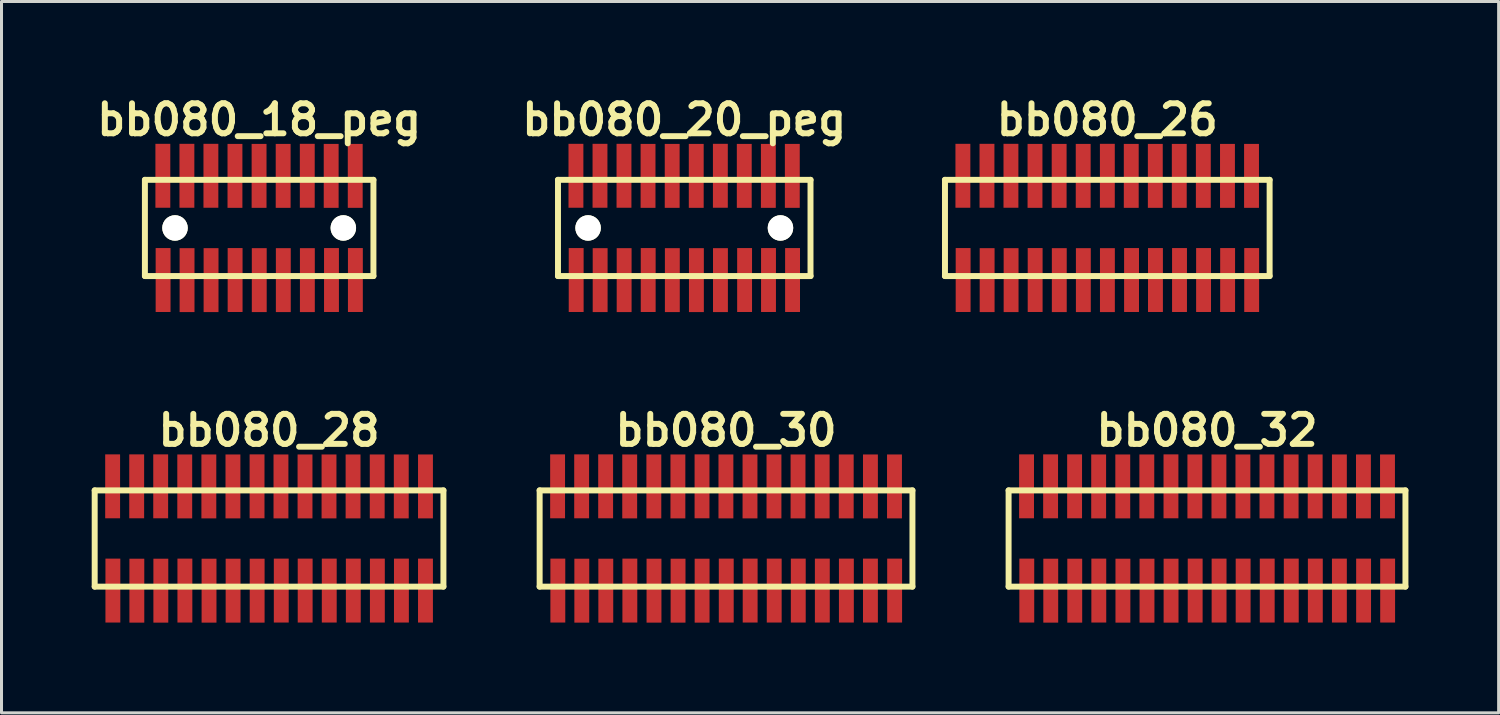
<source format=kicad_pcb>
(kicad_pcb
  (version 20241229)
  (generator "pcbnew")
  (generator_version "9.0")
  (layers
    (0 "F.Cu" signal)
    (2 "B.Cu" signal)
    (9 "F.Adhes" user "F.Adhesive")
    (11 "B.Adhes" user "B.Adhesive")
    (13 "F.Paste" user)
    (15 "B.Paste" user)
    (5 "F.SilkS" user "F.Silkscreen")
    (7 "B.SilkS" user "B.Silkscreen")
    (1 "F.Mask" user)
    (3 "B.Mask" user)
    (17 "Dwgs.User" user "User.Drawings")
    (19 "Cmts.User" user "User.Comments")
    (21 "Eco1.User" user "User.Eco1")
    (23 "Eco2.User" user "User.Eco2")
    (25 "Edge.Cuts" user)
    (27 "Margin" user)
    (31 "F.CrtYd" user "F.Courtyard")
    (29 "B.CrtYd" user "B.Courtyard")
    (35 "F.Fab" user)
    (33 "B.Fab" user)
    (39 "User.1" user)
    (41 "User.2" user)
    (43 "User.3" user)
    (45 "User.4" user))
  (footprint "bb080_30"
    (layer "F.Cu")
    (at 21.095 14.859)
    (property "Reference" "bb080_30" (at 0 -3.599 0) (layer "F.SilkS") (effects (font (size 0.998 0.998) (thickness 0.198))))
    (attr through_hole)
    (fp_line (start -6.2 1.6) (end 6.2 1.6) (stroke (width 0.198) (type solid)) (layer "F.SilkS"))
    (fp_line (start -6.198 -1.6) (end -6.198 1.6) (stroke (width 0.198) (type solid)) (layer "F.SilkS"))
    (fp_line (start 6.2 -1.6) (end -6.2 -1.6) (stroke (width 0.198) (type solid)) (layer "F.SilkS"))
    (fp_line (start 6.2 1.6) (end 6.2 -1.6) (stroke (width 0.198) (type solid)) (layer "F.SilkS"))
    (pad "1" smd rect (at -5.593 1.732) (size 0.495 2.126) (layers "F.Cu" "F.Mask" "F.Paste"))
    (pad "2" smd rect (at -5.601 -1.735) (size 0.495 2.126) (layers "F.Cu" "F.Mask" "F.Paste"))
    (pad "3" smd rect (at -4.796 1.735) (size 0.495 2.126) (layers "F.Cu" "F.Mask" "F.Paste"))
    (pad "4" smd rect (at -4.801 -1.735) (size 0.495 2.126) (layers "F.Cu" "F.Mask" "F.Paste"))
    (pad "5" smd rect (at -3.998 1.735) (size 0.495 2.126) (layers "F.Cu" "F.Mask" "F.Paste"))
    (pad "6" smd rect (at -4.003 -1.735) (size 0.495 2.126) (layers "F.Cu" "F.Mask" "F.Paste"))
    (pad "7" smd rect (at -3.198 1.732) (size 0.495 2.126) (layers "F.Cu" "F.Mask" "F.Paste"))
    (pad "8" smd rect (at -3.203 -1.732) (size 0.495 2.126) (layers "F.Cu" "F.Mask" "F.Paste"))
    (pad "9" smd rect (at -2.395 1.735) (size 0.495 2.126) (layers "F.Cu" "F.Mask" "F.Paste"))
    (pad "10" smd rect (at -2.4 -1.732) (size 0.495 2.126) (layers "F.Cu" "F.Mask" "F.Paste"))
    (pad "11" smd rect (at -1.595 1.735) (size 0.495 2.126) (layers "F.Cu" "F.Mask" "F.Paste"))
    (pad "12" smd rect (at -1.6 -1.732) (size 0.495 2.126) (layers "F.Cu" "F.Mask" "F.Paste"))
    (pad "13" smd rect (at -0.795 1.735) (size 0.495 2.126) (layers "F.Cu" "F.Mask" "F.Paste"))
    (pad "14" smd rect (at -0.798 -1.735) (size 0.495 2.126) (layers "F.Cu" "F.Mask" "F.Paste"))
    (pad "15" smd rect (at 0.008 1.732) (size 0.495 2.126) (layers "F.Cu" "F.Mask" "F.Paste"))
    (pad "16" smd rect (at -0.003 -1.732) (size 0.495 2.126) (layers "F.Cu" "F.Mask" "F.Paste"))
    (pad "17" smd rect (at 0.803 1.732) (size 0.495 2.126) (layers "F.Cu" "F.Mask" "F.Paste"))
    (pad "18" smd rect (at 0.798 -1.732) (size 0.495 2.126) (layers "F.Cu" "F.Mask" "F.Paste"))
    (pad "19" smd rect (at 1.603 1.732) (size 0.495 2.126) (layers "F.Cu" "F.Mask" "F.Paste"))
    (pad "20" smd rect (at 1.595 -1.732) (size 0.495 2.126) (layers "F.Cu" "F.Mask" "F.Paste"))
    (pad "21" smd rect (at 2.403 1.732) (size 0.495 2.126) (layers "F.Cu" "F.Mask" "F.Paste"))
    (pad "22" smd rect (at 2.395 -1.732) (size 0.495 2.126) (layers "F.Cu" "F.Mask" "F.Paste"))
    (pad "23" smd rect (at 3.203 1.732) (size 0.495 2.126) (layers "F.Cu" "F.Mask" "F.Paste"))
    (pad "24" smd rect (at 3.198 -1.732) (size 0.495 2.126) (layers "F.Cu" "F.Mask" "F.Paste"))
    (pad "25" smd rect (at 4.003 1.732) (size 0.495 2.126) (layers "F.Cu" "F.Mask" "F.Paste"))
    (pad "26" smd rect (at 3.998 -1.732) (size 0.495 2.126) (layers "F.Cu" "F.Mask" "F.Paste"))
    (pad "27" smd rect (at 4.803 1.732) (size 0.495 2.126) (layers "F.Cu" "F.Mask" "F.Paste"))
    (pad "28" smd rect (at 4.803 -1.732) (size 0.495 2.126) (layers "F.Cu" "F.Mask" "F.Paste"))
    (pad "29" smd rect (at 5.608 1.732) (size 0.495 2.126) (layers "F.Cu" "F.Mask" "F.Paste"))
    (pad "30" smd rect (at 5.603 -1.732) (size 0.495 2.126) (layers "F.Cu" "F.Mask" "F.Paste")))
  (footprint "bb080_18_peg"
    (layer "F.Cu")
    (at 5.569 4.531)
    (property "Reference" "bb080_18_peg" (at 0 -3.599 0) (layer "F.SilkS") (effects (font (size 0.998 0.998) (thickness 0.198))))
    (attr through_hole)
    (fp_line (start -3.8 -1.6) (end -3.8 1.6) (stroke (width 0.198) (type solid)) (layer "F.SilkS"))
    (fp_line (start -3.8 1.6) (end 3.8 1.6) (stroke (width 0.198) (type solid)) (layer "F.SilkS"))
    (fp_line (start 3.8 -1.6) (end -3.8 -1.6) (stroke (width 0.198) (type solid)) (layer "F.SilkS"))
    (fp_line (start 3.8 1.6) (end 3.8 -1.6) (stroke (width 0.198) (type solid)) (layer "F.SilkS"))
    (pad "" np_thru_hole circle (at -2.799 0) (size 0.848 0.848) (drill 0.848) (layers "*.Cu" "*.Mask" "F.SilkS"))
    (pad "" np_thru_hole circle (at 2.799 0) (size 0.848 0.848) (drill 0.848) (layers "*.Cu" "*.Mask" "F.SilkS"))
    (pad "1" smd rect (at -3.195 1.732) (size 0.495 2.126) (layers "F.Cu" "F.Mask" "F.Paste"))
    (pad "2" smd rect (at -3.203 -1.735) (size 0.495 2.126) (layers "F.Cu" "F.Mask" "F.Paste"))
    (pad "3" smd rect (at -2.398 1.735) (size 0.495 2.126) (layers "F.Cu" "F.Mask" "F.Paste"))
    (pad "4" smd rect (at -2.403 -1.735) (size 0.495 2.126) (layers "F.Cu" "F.Mask" "F.Paste"))
    (pad "5" smd rect (at -1.6 1.735) (size 0.495 2.126) (layers "F.Cu" "F.Mask" "F.Paste"))
    (pad "6" smd rect (at -1.605 -1.735) (size 0.495 2.126) (layers "F.Cu" "F.Mask" "F.Paste"))
    (pad "7" smd rect (at -0.8 1.732) (size 0.495 2.126) (layers "F.Cu" "F.Mask" "F.Paste"))
    (pad "8" smd rect (at -0.805 -1.732) (size 0.495 2.126) (layers "F.Cu" "F.Mask" "F.Paste"))
    (pad "9" smd rect (at 0.003 1.735) (size 0.495 2.126) (layers "F.Cu" "F.Mask" "F.Paste"))
    (pad "10" smd rect (at -0.003 -1.732) (size 0.495 2.126) (layers "F.Cu" "F.Mask" "F.Paste"))
    (pad "11" smd rect (at 0.803 1.735) (size 0.495 2.126) (layers "F.Cu" "F.Mask" "F.Paste"))
    (pad "12" smd rect (at 0.798 -1.732) (size 0.495 2.126) (layers "F.Cu" "F.Mask" "F.Paste"))
    (pad "13" smd rect (at 1.603 1.735) (size 0.495 2.126) (layers "F.Cu" "F.Mask" "F.Paste"))
    (pad "14" smd rect (at 1.6 -1.735) (size 0.495 2.126) (layers "F.Cu" "F.Mask" "F.Paste"))
    (pad "15" smd rect (at 2.405 1.732) (size 0.495 2.126) (layers "F.Cu" "F.Mask" "F.Paste"))
    (pad "16" smd rect (at 2.395 -1.732) (size 0.495 2.126) (layers "F.Cu" "F.Mask" "F.Paste"))
    (pad "17" smd rect (at 3.2 1.732) (size 0.495 2.126) (layers "F.Cu" "F.Mask" "F.Paste"))
    (pad "18" smd rect (at 3.195 -1.732) (size 0.495 2.126) (layers "F.Cu" "F.Mask" "F.Paste")))
  (footprint "bb080_28"
    (layer "F.Cu")
    (at 5.898 14.859)
    (property "Reference" "bb080_28" (at 0 -3.599 0) (layer "F.SilkS") (effects (font (size 0.998 0.998) (thickness 0.198))))
    (attr through_hole)
    (fp_line (start -5.799 -1.6) (end -5.799 1.6) (stroke (width 0.198) (type solid)) (layer "F.SilkS"))
    (fp_line (start -5.799 1.6) (end 5.799 1.6) (stroke (width 0.198) (type solid)) (layer "F.SilkS"))
    (fp_line (start 5.799 -1.6) (end -5.799 -1.6) (stroke (width 0.198) (type solid)) (layer "F.SilkS"))
    (fp_line (start 5.799 1.6) (end 5.799 -1.6) (stroke (width 0.198) (type solid)) (layer "F.SilkS"))
    (pad "1" smd rect (at -5.194 1.732) (size 0.495 2.126) (layers "F.Cu" "F.Mask" "F.Paste"))
    (pad "2" smd rect (at -5.202 -1.735) (size 0.495 2.126) (layers "F.Cu" "F.Mask" "F.Paste"))
    (pad "3" smd rect (at -4.397 1.735) (size 0.495 2.126) (layers "F.Cu" "F.Mask" "F.Paste"))
    (pad "4" smd rect (at -4.402 -1.735) (size 0.495 2.126) (layers "F.Cu" "F.Mask" "F.Paste"))
    (pad "5" smd rect (at -3.599 1.735) (size 0.495 2.126) (layers "F.Cu" "F.Mask" "F.Paste"))
    (pad "6" smd rect (at -3.604 -1.735) (size 0.495 2.126) (layers "F.Cu" "F.Mask" "F.Paste"))
    (pad "7" smd rect (at -2.799 1.732) (size 0.495 2.126) (layers "F.Cu" "F.Mask" "F.Paste"))
    (pad "8" smd rect (at -2.804 -1.732) (size 0.495 2.126) (layers "F.Cu" "F.Mask" "F.Paste"))
    (pad "9" smd rect (at -1.996 1.735) (size 0.495 2.126) (layers "F.Cu" "F.Mask" "F.Paste"))
    (pad "10" smd rect (at -2.002 -1.732) (size 0.495 2.126) (layers "F.Cu" "F.Mask" "F.Paste"))
    (pad "11" smd rect (at -1.196 1.735) (size 0.495 2.126) (layers "F.Cu" "F.Mask" "F.Paste"))
    (pad "12" smd rect (at -1.201 -1.732) (size 0.495 2.126) (layers "F.Cu" "F.Mask" "F.Paste"))
    (pad "13" smd rect (at -0.396 1.735) (size 0.495 2.126) (layers "F.Cu" "F.Mask" "F.Paste"))
    (pad "14" smd rect (at -0.399 -1.735) (size 0.495 2.126) (layers "F.Cu" "F.Mask" "F.Paste"))
    (pad "15" smd rect (at 0.406 1.732) (size 0.495 2.126) (layers "F.Cu" "F.Mask" "F.Paste"))
    (pad "16" smd rect (at 0.396 -1.732) (size 0.495 2.126) (layers "F.Cu" "F.Mask" "F.Paste"))
    (pad "17" smd rect (at 1.201 1.732) (size 0.495 2.126) (layers "F.Cu" "F.Mask" "F.Paste"))
    (pad "18" smd rect (at 1.196 -1.732) (size 0.495 2.126) (layers "F.Cu" "F.Mask" "F.Paste"))
    (pad "19" smd rect (at 2.002 1.732) (size 0.495 2.126) (layers "F.Cu" "F.Mask" "F.Paste"))
    (pad "20" smd rect (at 1.994 -1.732) (size 0.495 2.126) (layers "F.Cu" "F.Mask" "F.Paste"))
    (pad "21" smd rect (at 2.802 1.732) (size 0.495 2.126) (layers "F.Cu" "F.Mask" "F.Paste"))
    (pad "22" smd rect (at 2.794 -1.732) (size 0.495 2.126) (layers "F.Cu" "F.Mask" "F.Paste"))
    (pad "23" smd rect (at 3.602 1.732) (size 0.495 2.126) (layers "F.Cu" "F.Mask" "F.Paste"))
    (pad "24" smd rect (at 3.597 -1.732) (size 0.495 2.126) (layers "F.Cu" "F.Mask" "F.Paste"))
    (pad "25" smd rect (at 4.402 1.732) (size 0.495 2.126) (layers "F.Cu" "F.Mask" "F.Paste"))
    (pad "26" smd rect (at 4.397 -1.732) (size 0.495 2.126) (layers "F.Cu" "F.Mask" "F.Paste"))
    (pad "27" smd rect (at 5.202 1.732) (size 0.495 2.126) (layers "F.Cu" "F.Mask" "F.Paste"))
    (pad "28" smd rect (at 5.202 -1.732) (size 0.495 2.126) (layers "F.Cu" "F.Mask" "F.Paste")))
  (footprint "bb080_26"
    (layer "F.Cu")
    (at 33.774 4.531)
    (property "Reference" "bb080_26" (at 0 -3.599 0) (layer "F.SilkS") (effects (font (size 0.998 0.998) (thickness 0.198))))
    (attr through_hole)
    (fp_line (start -5.4 -1.6) (end 5.4 -1.6) (stroke (width 0.198) (type solid)) (layer "F.SilkS"))
    (fp_line (start -5.397 -1.6) (end -5.397 1.6) (stroke (width 0.198) (type solid)) (layer "F.SilkS"))
    (fp_line (start 5.4 1.6) (end -5.4 1.6) (stroke (width 0.198) (type solid)) (layer "F.SilkS"))
    (fp_line (start 5.4 1.6) (end 5.4 -1.6) (stroke (width 0.198) (type solid)) (layer "F.SilkS"))
    (pad "1" smd rect (at -4.793 1.732) (size 0.495 2.126) (layers "F.Cu" "F.Mask" "F.Paste"))
    (pad "2" smd rect (at -4.801 -1.735) (size 0.495 2.126) (layers "F.Cu" "F.Mask" "F.Paste"))
    (pad "3" smd rect (at -3.995 1.735) (size 0.495 2.126) (layers "F.Cu" "F.Mask" "F.Paste"))
    (pad "4" smd rect (at -4 -1.735) (size 0.495 2.126) (layers "F.Cu" "F.Mask" "F.Paste"))
    (pad "5" smd rect (at -3.198 1.735) (size 0.495 2.126) (layers "F.Cu" "F.Mask" "F.Paste"))
    (pad "6" smd rect (at -3.203 -1.735) (size 0.495 2.126) (layers "F.Cu" "F.Mask" "F.Paste"))
    (pad "7" smd rect (at -2.398 1.732) (size 0.495 2.126) (layers "F.Cu" "F.Mask" "F.Paste"))
    (pad "8" smd rect (at -2.403 -1.732) (size 0.495 2.126) (layers "F.Cu" "F.Mask" "F.Paste"))
    (pad "9" smd rect (at -1.595 1.735) (size 0.495 2.126) (layers "F.Cu" "F.Mask" "F.Paste"))
    (pad "10" smd rect (at -1.6 -1.732) (size 0.495 2.126) (layers "F.Cu" "F.Mask" "F.Paste"))
    (pad "11" smd rect (at -0.795 1.735) (size 0.495 2.126) (layers "F.Cu" "F.Mask" "F.Paste"))
    (pad "12" smd rect (at -0.8 -1.732) (size 0.495 2.126) (layers "F.Cu" "F.Mask" "F.Paste"))
    (pad "13" smd rect (at 0.005 1.735) (size 0.495 2.126) (layers "F.Cu" "F.Mask" "F.Paste"))
    (pad "14" smd rect (at 0.003 -1.735) (size 0.495 2.126) (layers "F.Cu" "F.Mask" "F.Paste"))
    (pad "15" smd rect (at 0.808 1.732) (size 0.495 2.126) (layers "F.Cu" "F.Mask" "F.Paste"))
    (pad "16" smd rect (at 0.798 -1.732) (size 0.495 2.126) (layers "F.Cu" "F.Mask" "F.Paste"))
    (pad "17" smd rect (at 1.603 1.732) (size 0.495 2.126) (layers "F.Cu" "F.Mask" "F.Paste"))
    (pad "18" smd rect (at 1.598 -1.732) (size 0.495 2.126) (layers "F.Cu" "F.Mask" "F.Paste"))
    (pad "19" smd rect (at 2.403 1.732) (size 0.495 2.126) (layers "F.Cu" "F.Mask" "F.Paste"))
    (pad "20" smd rect (at 2.395 -1.732) (size 0.495 2.126) (layers "F.Cu" "F.Mask" "F.Paste"))
    (pad "21" smd rect (at 3.203 1.732) (size 0.495 2.126) (layers "F.Cu" "F.Mask" "F.Paste"))
    (pad "22" smd rect (at 3.195 -1.732) (size 0.495 2.126) (layers "F.Cu" "F.Mask" "F.Paste"))
    (pad "23" smd rect (at 4.003 1.732) (size 0.495 2.126) (layers "F.Cu" "F.Mask" "F.Paste"))
    (pad "24" smd rect (at 3.998 -1.732) (size 0.495 2.126) (layers "F.Cu" "F.Mask" "F.Paste"))
    (pad "25" smd rect (at 4.803 1.732) (size 0.495 2.126) (layers "F.Cu" "F.Mask" "F.Paste"))
    (pad "26" smd rect (at 4.798 -1.732) (size 0.495 2.126) (layers "F.Cu" "F.Mask" "F.Paste")))
  (footprint "bb080_32"
    (layer "F.Cu")
    (at 37.092 14.859)
    (property "Reference" "bb080_32" (at 0 -3.599 0) (layer "F.SilkS") (effects (font (size 0.998 0.998) (thickness 0.198))))
    (attr through_hole)
    (fp_line (start -6.599 -1.6) (end -6.599 1.6) (stroke (width 0.198) (type solid)) (layer "F.SilkS"))
    (fp_line (start -6.599 1.6) (end 6.599 1.6) (stroke (width 0.198) (type solid)) (layer "F.SilkS"))
    (fp_line (start 6.599 -1.6) (end -6.599 -1.6) (stroke (width 0.198) (type solid)) (layer "F.SilkS"))
    (fp_line (start 6.599 1.6) (end 6.599 -1.6) (stroke (width 0.198) (type solid)) (layer "F.SilkS"))
    (pad "1" smd rect (at -5.994 1.732) (size 0.495 2.126) (layers "F.Cu" "F.Mask" "F.Paste"))
    (pad "2" smd rect (at -6.002 -1.735) (size 0.495 2.126) (layers "F.Cu" "F.Mask" "F.Paste"))
    (pad "3" smd rect (at -5.197 1.735) (size 0.495 2.126) (layers "F.Cu" "F.Mask" "F.Paste"))
    (pad "4" smd rect (at -5.202 -1.735) (size 0.495 2.126) (layers "F.Cu" "F.Mask" "F.Paste"))
    (pad "5" smd rect (at -4.399 1.735) (size 0.495 2.126) (layers "F.Cu" "F.Mask" "F.Paste"))
    (pad "6" smd rect (at -4.404 -1.735) (size 0.495 2.126) (layers "F.Cu" "F.Mask" "F.Paste"))
    (pad "7" smd rect (at -3.599 1.732) (size 0.495 2.126) (layers "F.Cu" "F.Mask" "F.Paste"))
    (pad "8" smd rect (at -3.604 -1.732) (size 0.495 2.126) (layers "F.Cu" "F.Mask" "F.Paste"))
    (pad "9" smd rect (at -2.797 1.735) (size 0.495 2.126) (layers "F.Cu" "F.Mask" "F.Paste"))
    (pad "10" smd rect (at -2.802 -1.732) (size 0.495 2.126) (layers "F.Cu" "F.Mask" "F.Paste"))
    (pad "11" smd rect (at -1.996 1.735) (size 0.495 2.126) (layers "F.Cu" "F.Mask" "F.Paste"))
    (pad "12" smd rect (at -2.002 -1.732) (size 0.495 2.126) (layers "F.Cu" "F.Mask" "F.Paste"))
    (pad "13" smd rect (at -1.196 1.735) (size 0.495 2.126) (layers "F.Cu" "F.Mask" "F.Paste"))
    (pad "14" smd rect (at -1.199 -1.735) (size 0.495 2.126) (layers "F.Cu" "F.Mask" "F.Paste"))
    (pad "15" smd rect (at -0.394 1.732) (size 0.495 2.126) (layers "F.Cu" "F.Mask" "F.Paste"))
    (pad "16" smd rect (at -0.404 -1.732) (size 0.495 2.126) (layers "F.Cu" "F.Mask" "F.Paste"))
    (pad "17" smd rect (at 0.401 1.732) (size 0.495 2.126) (layers "F.Cu" "F.Mask" "F.Paste"))
    (pad "18" smd rect (at 0.396 -1.732) (size 0.495 2.126) (layers "F.Cu" "F.Mask" "F.Paste"))
    (pad "19" smd rect (at 1.201 1.732) (size 0.495 2.126) (layers "F.Cu" "F.Mask" "F.Paste"))
    (pad "20" smd rect (at 1.194 -1.732) (size 0.495 2.126) (layers "F.Cu" "F.Mask" "F.Paste"))
    (pad "21" smd rect (at 2.002 1.732) (size 0.495 2.126) (layers "F.Cu" "F.Mask" "F.Paste"))
    (pad "22" smd rect (at 1.994 -1.732) (size 0.495 2.126) (layers "F.Cu" "F.Mask" "F.Paste"))
    (pad "23" smd rect (at 2.802 1.732) (size 0.495 2.126) (layers "F.Cu" "F.Mask" "F.Paste"))
    (pad "24" smd rect (at 2.797 -1.732) (size 0.495 2.126) (layers "F.Cu" "F.Mask" "F.Paste"))
    (pad "25" smd rect (at 3.602 1.732) (size 0.495 2.126) (layers "F.Cu" "F.Mask" "F.Paste"))
    (pad "26" smd rect (at 3.597 -1.732) (size 0.495 2.126) (layers "F.Cu" "F.Mask" "F.Paste"))
    (pad "27" smd rect (at 4.402 1.732) (size 0.495 2.126) (layers "F.Cu" "F.Mask" "F.Paste"))
    (pad "28" smd rect (at 4.402 -1.732) (size 0.495 2.126) (layers "F.Cu" "F.Mask" "F.Paste"))
    (pad "29" smd rect (at 5.207 1.732) (size 0.495 2.126) (layers "F.Cu" "F.Mask" "F.Paste"))
    (pad "30" smd rect (at 5.202 -1.732) (size 0.495 2.126) (layers "F.Cu" "F.Mask" "F.Paste"))
    (pad "31" smd rect (at 6.007 1.732) (size 0.495 2.126) (layers "F.Cu" "F.Mask" "F.Paste"))
    (pad "32" smd rect (at 6.002 -1.732) (size 0.495 2.126) (layers "F.Cu" "F.Mask" "F.Paste")))
  (footprint "bb080_20_peg"
    (layer "F.Cu")
    (at 19.706 4.531)
    (property "Reference" "bb080_20_peg" (at 0 -3.599 0) (layer "F.SilkS") (effects (font (size 0.998 0.998) (thickness 0.198))))
    (attr through_hole)
    (fp_line (start -4.201 -1.6) (end 4.201 -1.6) (stroke (width 0.198) (type solid)) (layer "F.SilkS"))
    (fp_line (start -4.199 -1.6) (end -4.199 1.6) (stroke (width 0.198) (type solid)) (layer "F.SilkS"))
    (fp_line (start 4.199 1.6) (end 4.199 -1.6) (stroke (width 0.198) (type solid)) (layer "F.SilkS"))
    (fp_line (start 4.201 1.6) (end -4.201 1.6) (stroke (width 0.198) (type solid)) (layer "F.SilkS"))
    (pad "" np_thru_hole circle (at -3.198 0) (size 0.848 0.848) (drill 0.848) (layers "*.Cu" "*.Mask" "F.SilkS"))
    (pad "" np_thru_hole circle (at 3.2 0) (size 0.848 0.848) (drill 0.848) (layers "*.Cu" "*.Mask" "F.SilkS"))
    (pad "1" smd rect (at -3.594 1.732) (size 0.495 2.126) (layers "F.Cu" "F.Mask" "F.Paste"))
    (pad "2" smd rect (at -3.602 -1.735) (size 0.495 2.126) (layers "F.Cu" "F.Mask" "F.Paste"))
    (pad "3" smd rect (at -2.797 1.735) (size 0.495 2.126) (layers "F.Cu" "F.Mask" "F.Paste"))
    (pad "4" smd rect (at -2.802 -1.735) (size 0.495 2.126) (layers "F.Cu" "F.Mask" "F.Paste"))
    (pad "5" smd rect (at -1.999 1.735) (size 0.495 2.126) (layers "F.Cu" "F.Mask" "F.Paste"))
    (pad "6" smd rect (at -2.004 -1.735) (size 0.495 2.126) (layers "F.Cu" "F.Mask" "F.Paste"))
    (pad "7" smd rect (at -1.199 1.732) (size 0.495 2.126) (layers "F.Cu" "F.Mask" "F.Paste"))
    (pad "8" smd rect (at -1.204 -1.732) (size 0.495 2.126) (layers "F.Cu" "F.Mask" "F.Paste"))
    (pad "9" smd rect (at -0.396 1.735) (size 0.495 2.126) (layers "F.Cu" "F.Mask" "F.Paste"))
    (pad "10" smd rect (at -0.401 -1.732) (size 0.495 2.126) (layers "F.Cu" "F.Mask" "F.Paste"))
    (pad "11" smd rect (at 0.404 1.735) (size 0.495 2.126) (layers "F.Cu" "F.Mask" "F.Paste"))
    (pad "12" smd rect (at 0.399 -1.732) (size 0.495 2.126) (layers "F.Cu" "F.Mask" "F.Paste"))
    (pad "13" smd rect (at 1.204 1.735) (size 0.495 2.126) (layers "F.Cu" "F.Mask" "F.Paste"))
    (pad "14" smd rect (at 1.201 -1.735) (size 0.495 2.126) (layers "F.Cu" "F.Mask" "F.Paste"))
    (pad "15" smd rect (at 2.007 1.732) (size 0.495 2.126) (layers "F.Cu" "F.Mask" "F.Paste"))
    (pad "16" smd rect (at 1.996 -1.732) (size 0.495 2.126) (layers "F.Cu" "F.Mask" "F.Paste"))
    (pad "17" smd rect (at 2.802 1.732) (size 0.495 2.126) (layers "F.Cu" "F.Mask" "F.Paste"))
    (pad "18" smd rect (at 2.797 -1.732) (size 0.495 2.126) (layers "F.Cu" "F.Mask" "F.Paste"))
    (pad "19" smd rect (at 3.602 1.732) (size 0.495 2.126) (layers "F.Cu" "F.Mask" "F.Paste"))
    (pad "20" smd rect (at 3.594 -1.732) (size 0.495 2.126) (layers "F.Cu" "F.Mask" "F.Paste")))
  (gr_rect
    (start -3 -3)
    (end 46.79 20.657)
    (stroke (width 0.1) (type default))
    (fill no)
    (layer "Edge.Cuts")))
</source>
